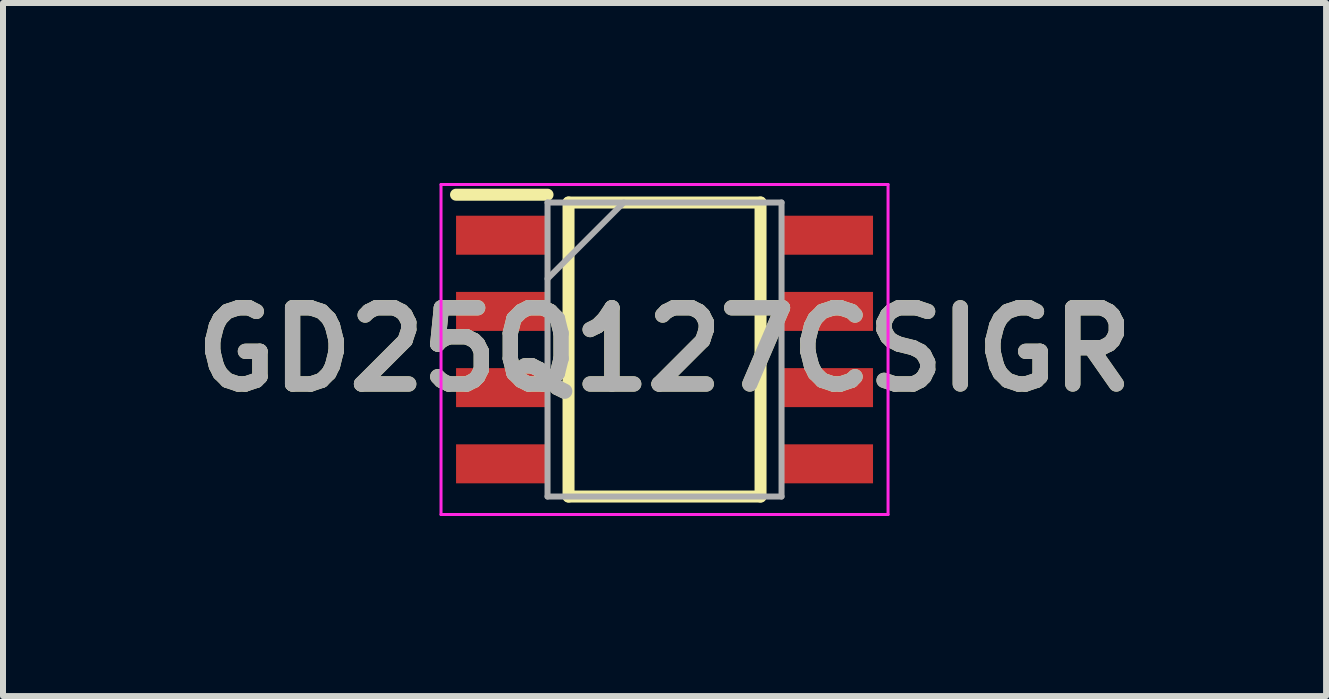
<source format=kicad_pcb>
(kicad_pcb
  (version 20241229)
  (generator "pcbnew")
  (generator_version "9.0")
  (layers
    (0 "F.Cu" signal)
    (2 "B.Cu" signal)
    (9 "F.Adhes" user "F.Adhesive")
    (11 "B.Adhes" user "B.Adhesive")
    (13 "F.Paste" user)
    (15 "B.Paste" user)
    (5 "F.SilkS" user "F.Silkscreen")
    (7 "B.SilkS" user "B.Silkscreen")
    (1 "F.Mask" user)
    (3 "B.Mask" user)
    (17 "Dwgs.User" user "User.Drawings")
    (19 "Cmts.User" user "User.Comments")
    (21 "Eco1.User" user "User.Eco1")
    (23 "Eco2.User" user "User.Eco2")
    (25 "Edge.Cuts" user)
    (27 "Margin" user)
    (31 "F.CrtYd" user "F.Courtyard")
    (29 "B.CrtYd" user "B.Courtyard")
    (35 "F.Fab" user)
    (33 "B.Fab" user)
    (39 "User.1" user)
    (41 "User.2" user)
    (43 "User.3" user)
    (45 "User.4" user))
  (footprint "GD25Q127CSIGR"
    (layer "F.Cu")
    (at 8.025 2.775)
    (property "Reference" "GD25Q127CSIGR" (at 0 0 0) (layer "F.SilkS") (effects (font (size 1.27 1.27) (thickness 0.254))))
    (attr smd)
    (fp_line (start -3.475 -2.58) (end -1.95 -2.58) (stroke (width 0.2) (type solid)) (layer "F.SilkS"))
    (fp_line (start -1.6 -2.45) (end 1.6 -2.45) (stroke (width 0.2) (type solid)) (layer "F.SilkS"))
    (fp_line (start -1.6 2.45) (end -1.6 -2.45) (stroke (width 0.2) (type solid)) (layer "F.SilkS"))
    (fp_line (start 1.6 -2.45) (end 1.6 2.45) (stroke (width 0.2) (type solid)) (layer "F.SilkS"))
    (fp_line (start 1.6 2.45) (end -1.6 2.45) (stroke (width 0.2) (type solid)) (layer "F.SilkS"))
    (fp_line (start -3.725 -2.75) (end 3.725 -2.75) (stroke (width 0.05) (type solid)) (layer "F.CrtYd"))
    (fp_line (start -3.725 2.75) (end -3.725 -2.75) (stroke (width 0.05) (type solid)) (layer "F.CrtYd"))
    (fp_line (start 3.725 -2.75) (end 3.725 2.75) (stroke (width 0.05) (type solid)) (layer "F.CrtYd"))
    (fp_line (start 3.725 2.75) (end -3.725 2.75) (stroke (width 0.05) (type solid)) (layer "F.CrtYd"))
    (fp_line (start -1.95 -2.45) (end 1.95 -2.45) (stroke (width 0.1) (type solid)) (layer "F.Fab"))
    (fp_line (start -1.95 -1.18) (end -0.68 -2.45) (stroke (width 0.1) (type solid)) (layer "F.Fab"))
    (fp_line (start -1.95 2.45) (end -1.95 -2.45) (stroke (width 0.1) (type solid)) (layer "F.Fab"))
    (fp_line (start 1.95 -2.45) (end 1.95 2.45) (stroke (width 0.1) (type solid)) (layer "F.Fab"))
    (fp_line (start 1.95 2.45) (end -1.95 2.45) (stroke (width 0.1) (type solid)) (layer "F.Fab"))
    (fp_text user "${REFERENCE}" (at 0 0 0) (layer "F.Fab") (effects (font (size 1.27 1.27) (thickness 0.254))))
    (pad "1" smd rect (at -2.712 -1.905 90) (size 0.65 1.525) (layers "F.Cu" "F.Mask" "F.Paste"))
    (pad "2" smd rect (at -2.712 -0.635 90) (size 0.65 1.525) (layers "F.Cu" "F.Mask" "F.Paste"))
    (pad "3" smd rect (at -2.712 0.635 90) (size 0.65 1.525) (layers "F.Cu" "F.Mask" "F.Paste"))
    (pad "4" smd rect (at -2.712 1.905 90) (size 0.65 1.525) (layers "F.Cu" "F.Mask" "F.Paste"))
    (pad "5" smd rect (at 2.712 1.905 90) (size 0.65 1.525) (layers "F.Cu" "F.Mask" "F.Paste"))
    (pad "6" smd rect (at 2.712 0.635 90) (size 0.65 1.525) (layers "F.Cu" "F.Mask" "F.Paste"))
    (pad "7" smd rect (at 2.712 -0.635 90) (size 0.65 1.525) (layers "F.Cu" "F.Mask" "F.Paste"))
    (pad "8" smd rect (at 2.712 -1.905 90) (size 0.65 1.525) (layers "F.Cu" "F.Mask" "F.Paste")))
  (gr_rect
    (start -3 -3)
    (end 19.05 8.55)
    (stroke (width 0.1) (type default))
    (fill no)
    (layer "Edge.Cuts")))
</source>
